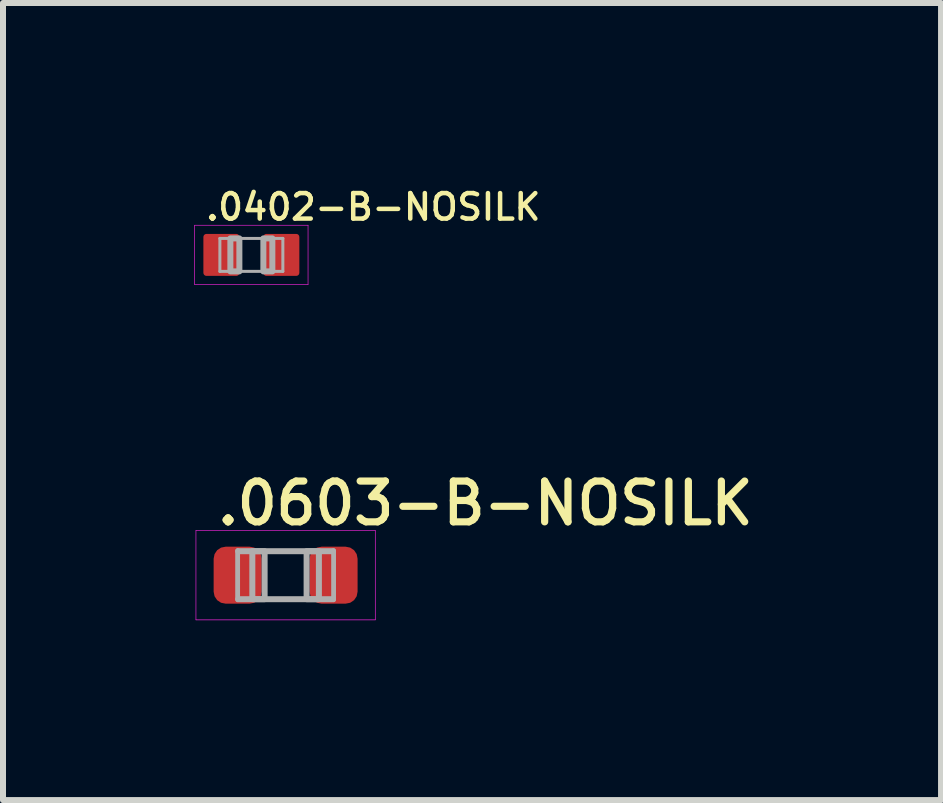
<source format=kicad_pcb>
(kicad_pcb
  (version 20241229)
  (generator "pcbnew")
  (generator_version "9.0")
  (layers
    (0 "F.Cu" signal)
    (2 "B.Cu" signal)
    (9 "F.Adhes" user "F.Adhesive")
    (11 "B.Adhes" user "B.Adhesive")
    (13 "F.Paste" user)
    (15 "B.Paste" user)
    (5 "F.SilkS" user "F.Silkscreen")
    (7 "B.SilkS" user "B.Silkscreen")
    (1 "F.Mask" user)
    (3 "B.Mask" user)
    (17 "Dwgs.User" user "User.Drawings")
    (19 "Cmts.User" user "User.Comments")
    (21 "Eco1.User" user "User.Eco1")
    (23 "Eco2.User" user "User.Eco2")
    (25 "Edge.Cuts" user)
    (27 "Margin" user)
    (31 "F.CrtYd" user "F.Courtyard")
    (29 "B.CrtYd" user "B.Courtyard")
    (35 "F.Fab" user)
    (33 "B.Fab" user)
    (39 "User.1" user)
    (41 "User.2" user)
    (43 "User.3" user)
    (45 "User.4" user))
  (footprint ".0603-B-NOSILK"
    (layer "F.Cu")
    (at 1.712 6.54)
    (property "Reference" ".0603-B-NOSILK" (at -1.2 -0.8 0) (unlocked yes) (layer "F.SilkS") (effects (font (size 0.68 0.68) (thickness 0.12)) (justify left bottom)))
    (fp_line (start -0.8 0.41) (end -0.8 -0.41) (stroke (width 0.08) (type solid)) (layer "F.Mask"))
    (fp_line (start -0.79 -0.4) (end 0.79 -0.4) (stroke (width 0.1) (type solid)) (layer "F.Mask"))
    (fp_line (start 0.79 0.4) (end -0.79 0.4) (stroke (width 0.1) (type solid)) (layer "F.Mask"))
    (fp_line (start 0.8 -0.41) (end 0.8 0.41) (stroke (width 0.08) (type solid)) (layer "F.Mask"))
    (fp_poly (pts (xy -0.34 0.54) (xy -1.26 0.54) (xy -1.26 -0.54) (xy -0.34 -0.54)) (stroke (width 0) (type default)) (fill yes) (layer "F.Mask"))
    (fp_poly (pts (xy 1.26 0.54) (xy 0.34 0.54) (xy 0.34 -0.54) (xy 1.26 -0.54)) (stroke (width 0) (type default)) (fill yes) (layer "F.Mask"))
    (fp_line (start -1.495 -0.745) (end -1.495 0.745) (stroke (width 0.01) (type solid)) (layer "F.CrtYd"))
    (fp_line (start -1.495 0.745) (end 1.495 0.745) (stroke (width 0.01) (type solid)) (layer "F.CrtYd"))
    (fp_line (start 1.495 -0.745) (end -1.495 -0.745) (stroke (width 0.01) (type solid)) (layer "F.CrtYd"))
    (fp_line (start 1.495 0.745) (end 1.495 -0.745) (stroke (width 0.01) (type solid)) (layer "F.CrtYd"))
    (fp_line (start -0.8 0.41) (end -0.8 -0.41) (stroke (width 0.08) (type solid)) (layer "F.Fab"))
    (fp_line (start -0.79 -0.4) (end 0.79 -0.4) (stroke (width 0.1) (type solid)) (layer "F.Fab"))
    (fp_line (start 0.79 0.4) (end -0.79 0.4) (stroke (width 0.1) (type solid)) (layer "F.Fab"))
    (fp_line (start 0.8 -0.41) (end 0.8 0.41) (stroke (width 0.08) (type solid)) (layer "F.Fab"))
    (fp_poly (pts (xy -0.555 0.4) (xy -0.35 0.4) (xy -0.35 -0.4) (xy -0.555 -0.4)) (stroke (width 0.1) (type default)) (fill no) (layer "F.Fab"))
    (fp_poly (pts (xy 0.35 0.4) (xy 0.555 0.4) (xy 0.555 -0.4) (xy 0.35 -0.4)) (stroke (width 0.1) (type default)) (fill no) (layer "F.Fab"))
    (fp_text user "${REFERENCE}" (at 0 0 0) (unlocked yes) (layer "F.Mask") (effects (font (size 0.255 0.255) (thickness 0.045))))
    (pad "1" smd roundrect (at -0.8 0) (size 0.8 0.95) (layers "F.Cu" "F.Paste") (roundrect_rratio 0.25))
    (pad "2" smd roundrect (at 0.8 0) (size 0.8 0.95) (layers "F.Cu" "F.Paste") (roundrect_rratio 0.25)))
  (footprint ".0402-B-NOSILK"
    (layer "F.Cu")
    (at 1.141 1.2)
    (property "Reference" ".0402-B-NOSILK" (at -0.8 -0.55 0) (unlocked yes) (layer "F.SilkS") (effects (font (size 0.425 0.425) (thickness 0.075)) (justify left bottom)))
    (fp_line (start -0.525 -0.275) (end 0.525 -0.275) (stroke (width 0.05) (type solid)) (layer "F.Mask"))
    (fp_line (start -0.525 0.275) (end -0.525 -0.275) (stroke (width 0.05) (type solid)) (layer "F.Mask"))
    (fp_line (start 0.525 -0.275) (end 0.525 0.275) (stroke (width 0.05) (type solid)) (layer "F.Mask"))
    (fp_line (start 0.525 0.275) (end -0.525 0.275) (stroke (width 0.05) (type solid)) (layer "F.Mask"))
    (fp_poly (pts (xy -0.86 0.41) (xy -0.14 0.41) (xy -0.14 -0.41) (xy -0.86 -0.41)) (stroke (width 0) (type default)) (fill yes) (layer "F.Mask"))
    (fp_poly (pts (xy 0.14 0.41) (xy 0.86 0.41) (xy 0.86 -0.41) (xy 0.14 -0.41)) (stroke (width 0) (type default)) (fill yes) (layer "F.Mask"))
    (fp_line (start -0.945 -0.495) (end -0.945 0.495) (stroke (width 0.01) (type solid)) (layer "F.CrtYd"))
    (fp_line (start -0.945 0.495) (end 0.945 0.495) (stroke (width 0.01) (type solid)) (layer "F.CrtYd"))
    (fp_line (start 0.945 -0.495) (end -0.945 -0.495) (stroke (width 0.01) (type solid)) (layer "F.CrtYd"))
    (fp_line (start 0.945 0.495) (end 0.945 -0.495) (stroke (width 0.01) (type solid)) (layer "F.CrtYd"))
    (fp_line (start -0.525 -0.275) (end 0.525 -0.275) (stroke (width 0.05) (type solid)) (layer "F.Fab"))
    (fp_line (start -0.525 0.275) (end -0.525 -0.275) (stroke (width 0.05) (type solid)) (layer "F.Fab"))
    (fp_line (start 0.525 -0.275) (end 0.525 0.275) (stroke (width 0.05) (type solid)) (layer "F.Fab"))
    (fp_line (start 0.525 0.275) (end -0.525 0.275) (stroke (width 0.05) (type solid)) (layer "F.Fab"))
    (fp_poly (pts (xy -0.35 0.275) (xy -0.2 0.275) (xy -0.2 -0.275) (xy -0.35 -0.275)) (stroke (width 0.1) (type default)) (fill no) (layer "F.Fab"))
    (fp_poly (pts (xy 0.2 0.275) (xy 0.35 0.275) (xy 0.35 -0.275) (xy 0.2 -0.275)) (stroke (width 0.1) (type default)) (fill no) (layer "F.Fab"))
    (fp_text user "${REFERENCE}" (at 0 0 0) (unlocked yes) (layer "F.Mask") (effects (font (size 0.17 0.17) (thickness 0.03))))
    (pad "1" smd roundrect (at -0.5 0) (size 0.6 0.7) (layers "F.Cu" "F.Paste") (roundrect_rratio 0.085))
    (pad "2" smd roundrect (at 0.5 0) (size 0.6 0.7) (layers "F.Cu" "F.Paste") (roundrect_rratio 0.085)))
  (gr_rect
    (start -3 -3)
    (end 12.64 10.29)
    (stroke (width 0.1) (type default))
    (fill no)
    (layer "Edge.Cuts")))
</source>
